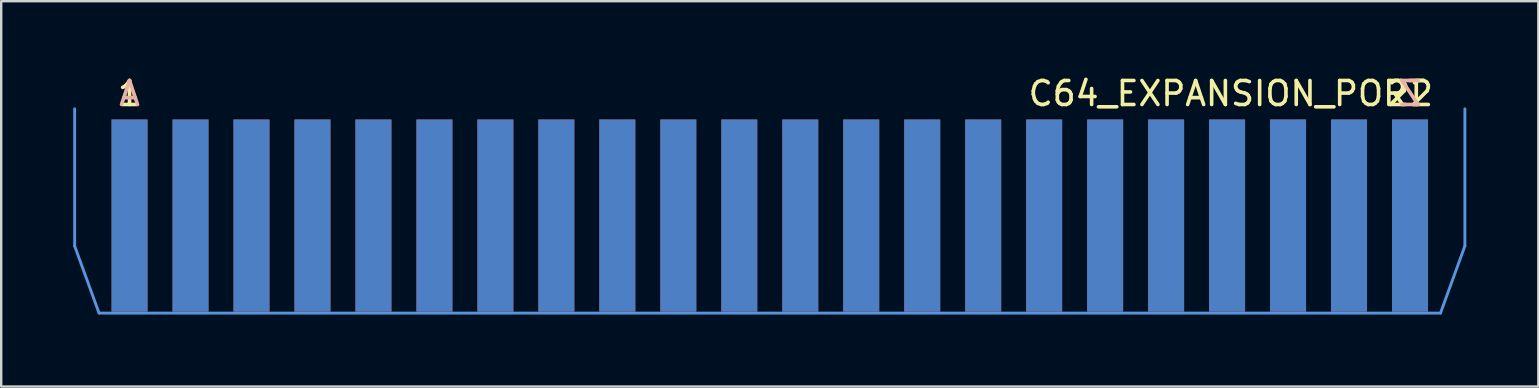
<source format=kicad_pcb>
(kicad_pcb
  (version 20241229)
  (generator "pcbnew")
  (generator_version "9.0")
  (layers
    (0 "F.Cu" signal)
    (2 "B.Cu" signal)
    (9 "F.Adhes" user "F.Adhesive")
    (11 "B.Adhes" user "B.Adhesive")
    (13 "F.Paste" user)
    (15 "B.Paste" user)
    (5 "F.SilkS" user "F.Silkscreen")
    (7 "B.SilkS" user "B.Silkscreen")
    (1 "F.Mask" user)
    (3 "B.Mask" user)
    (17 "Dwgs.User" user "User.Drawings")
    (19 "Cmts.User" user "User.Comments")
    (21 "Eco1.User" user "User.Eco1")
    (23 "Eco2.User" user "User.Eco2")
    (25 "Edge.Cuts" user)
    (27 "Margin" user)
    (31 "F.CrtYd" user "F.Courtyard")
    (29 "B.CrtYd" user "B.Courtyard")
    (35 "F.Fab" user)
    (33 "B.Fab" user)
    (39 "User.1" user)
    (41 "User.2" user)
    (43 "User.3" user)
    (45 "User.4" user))
  (footprint "C64_EXPANSION_PORT"
    (layer "F.Cu")
    (at 29.016 5.928)
    (property "Reference" "C64_EXPANSION_PORT" (at 19.05 -5.08 0) (layer "F.SilkS") (effects (font (size 1 1) (thickness 0.15))))
    (attr through_hole)
    (fp_line (start -28.956 1.27) (end -28.956 -4.445) (stroke (width 0.12) (type solid)) (layer "Cmts.User"))
    (fp_line (start -27.94 4.064) (end -28.956 1.27) (stroke (width 0.12) (type solid)) (layer "Cmts.User"))
    (fp_line (start -27.94 4.064) (end 27.94 4.064) (stroke (width 0.12) (type solid)) (layer "Cmts.User"))
    (fp_line (start 27.94 4.064) (end 28.956 1.27) (stroke (width 0.12) (type solid)) (layer "Cmts.User"))
    (fp_line (start 28.956 -4.445) (end 28.956 1.27) (stroke (width 0.12) (type solid)) (layer "Cmts.User"))
    (fp_text user "22" (at 26.67 -5.08 0) (layer "F.SilkS") (effects (font (size 1 1) (thickness 0.15))))
    (fp_text user "1" (at -26.67 -5.08 0) (layer "F.SilkS") (effects (font (size 1 1) (thickness 0.15))))
    (fp_text user "A" (at -26.67 -5.08 0) (layer "B.SilkS") (effects (font (size 1 1) (thickness 0.15)) (justify mirror)))
    (fp_text user "Z" (at 26.67 -5.08 0) (layer "B.SilkS") (effects (font (size 1 1) (thickness 0.15)) (justify mirror)))
    (pad "1" connect rect (at -26.67 0) (size 1.5 8) (layers "F.Cu" "F.Mask"))
    (pad "2" connect rect (at -24.13 0) (size 1.5 8) (layers "F.Cu" "F.Mask"))
    (pad "3" connect rect (at -21.59 0) (size 1.5 8) (layers "F.Cu" "F.Mask"))
    (pad "4" connect rect (at -19.05 0) (size 1.5 8) (layers "F.Cu" "F.Mask"))
    (pad "5" connect rect (at -16.51 0) (size 1.5 8) (layers "F.Cu" "F.Mask"))
    (pad "6" connect rect (at -13.97 0) (size 1.5 8) (layers "F.Cu" "F.Mask"))
    (pad "7" connect rect (at -11.43 0) (size 1.5 8) (layers "F.Cu" "F.Mask"))
    (pad "8" connect rect (at -8.89 0) (size 1.5 8) (layers "F.Cu" "F.Mask"))
    (pad "9" connect rect (at -6.35 0) (size 1.5 8) (layers "F.Cu" "F.Mask"))
    (pad "10" connect rect (at -3.81 0) (size 1.5 8) (layers "F.Cu" "F.Mask"))
    (pad "11" connect rect (at -1.27 0) (size 1.5 8) (layers "F.Cu" "F.Mask"))
    (pad "12" connect rect (at 1.27 0) (size 1.5 8) (layers "F.Cu" "F.Mask"))
    (pad "13" connect rect (at 3.81 0) (size 1.5 8) (layers "F.Cu" "F.Mask"))
    (pad "14" connect rect (at 6.35 0) (size 1.5 8) (layers "F.Cu" "F.Mask"))
    (pad "15" connect rect (at 8.89 0) (size 1.5 8) (layers "F.Cu" "F.Mask"))
    (pad "16" connect rect (at 11.43 0) (size 1.5 8) (layers "F.Cu" "F.Mask"))
    (pad "17" connect rect (at 13.97 0) (size 1.5 8) (layers "F.Cu" "F.Mask"))
    (pad "18" connect rect (at 16.51 0) (size 1.5 8) (layers "F.Cu" "F.Mask"))
    (pad "19" connect rect (at 19.05 0) (size 1.5 8) (layers "F.Cu" "F.Mask"))
    (pad "20" connect rect (at 21.59 0) (size 1.5 8) (layers "F.Cu" "F.Mask"))
    (pad "21" connect rect (at 24.13 0) (size 1.5 8) (layers "F.Cu" "F.Mask"))
    (pad "22" connect rect (at 26.67 0) (size 1.5 8) (layers "F.Cu" "F.Mask"))
    (pad "A" connect rect (at -26.67 0) (size 1.5 8) (layers "B.Cu" "B.Mask"))
    (pad "B" connect rect (at -24.13 0) (size 1.5 8) (layers "B.Cu" "B.Mask"))
    (pad "C" connect rect (at -21.59 0) (size 1.5 8) (layers "B.Cu" "B.Mask"))
    (pad "D" connect rect (at -19.05 0) (size 1.5 8) (layers "B.Cu" "B.Mask"))
    (pad "E" connect rect (at -16.51 0) (size 1.5 8) (layers "B.Cu" "B.Mask"))
    (pad "F" connect rect (at -13.97 0) (size 1.5 8) (layers "B.Cu" "B.Mask"))
    (pad "H" connect rect (at -11.43 0) (size 1.5 8) (layers "B.Cu" "B.Mask"))
    (pad "J" connect rect (at -8.89 0) (size 1.5 8) (layers "B.Cu" "B.Mask"))
    (pad "K" connect rect (at -6.35 0) (size 1.5 8) (layers "B.Cu" "B.Mask"))
    (pad "L" connect rect (at -3.81 0) (size 1.5 8) (layers "B.Cu" "B.Mask"))
    (pad "M" connect rect (at -1.27 0) (size 1.5 8) (layers "B.Cu" "B.Mask"))
    (pad "N" connect rect (at 1.27 0) (size 1.5 8) (layers "B.Cu" "B.Mask"))
    (pad "P" connect rect (at 3.81 0) (size 1.5 8) (layers "B.Cu" "B.Mask"))
    (pad "R" connect rect (at 6.35 0) (size 1.5 8) (layers "B.Cu" "B.Mask"))
    (pad "S" connect rect (at 8.89 0) (size 1.5 8) (layers "B.Cu" "B.Mask"))
    (pad "T" connect rect (at 11.43 0) (size 1.5 8) (layers "B.Cu" "B.Mask"))
    (pad "U" connect rect (at 13.97 0) (size 1.5 8) (layers "B.Cu" "B.Mask"))
    (pad "V" connect rect (at 16.51 0) (size 1.5 8) (layers "B.Cu" "B.Mask"))
    (pad "W" connect rect (at 19.05 0) (size 1.5 8) (layers "B.Cu" "B.Mask"))
    (pad "X" connect rect (at 21.59 0) (size 1.5 8) (layers "B.Cu" "B.Mask"))
    (pad "Y" connect rect (at 24.13 0) (size 1.5 8) (layers "B.Cu" "B.Mask"))
    (pad "Z" connect rect (at 26.67 0) (size 1.5 8) (layers "B.Cu" "B.Mask")))
  (gr_rect
    (start -3 -3)
    (end 61.032 13.052)
    (stroke (width 0.1) (type default))
    (fill no)
    (layer "Edge.Cuts")))
</source>
